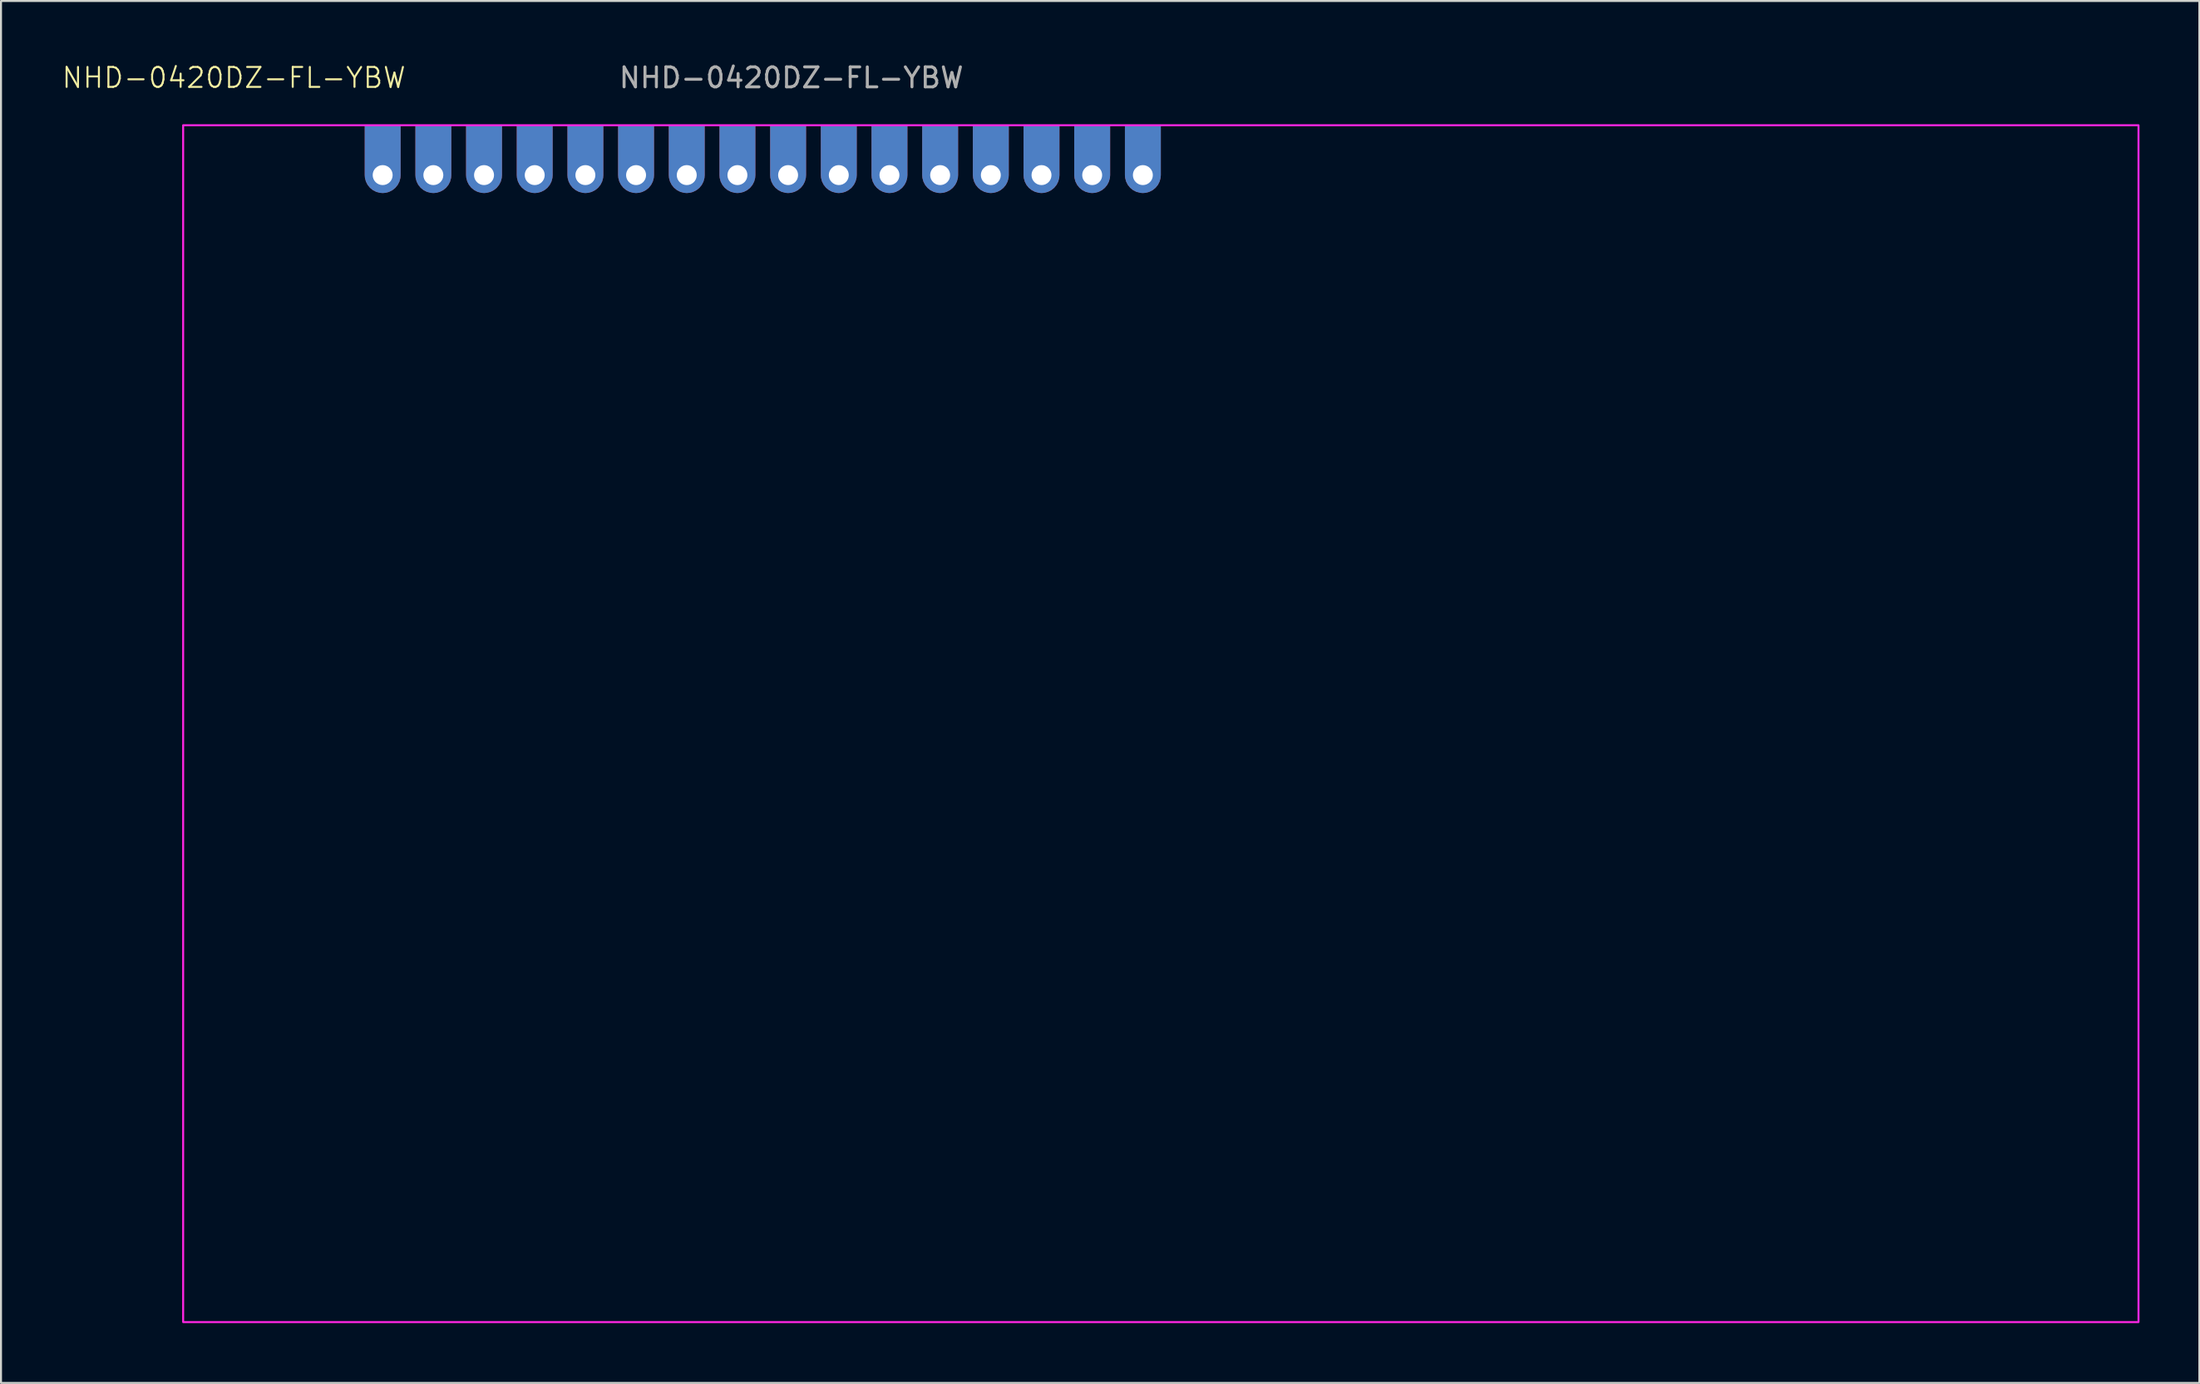
<source format=kicad_pcb>
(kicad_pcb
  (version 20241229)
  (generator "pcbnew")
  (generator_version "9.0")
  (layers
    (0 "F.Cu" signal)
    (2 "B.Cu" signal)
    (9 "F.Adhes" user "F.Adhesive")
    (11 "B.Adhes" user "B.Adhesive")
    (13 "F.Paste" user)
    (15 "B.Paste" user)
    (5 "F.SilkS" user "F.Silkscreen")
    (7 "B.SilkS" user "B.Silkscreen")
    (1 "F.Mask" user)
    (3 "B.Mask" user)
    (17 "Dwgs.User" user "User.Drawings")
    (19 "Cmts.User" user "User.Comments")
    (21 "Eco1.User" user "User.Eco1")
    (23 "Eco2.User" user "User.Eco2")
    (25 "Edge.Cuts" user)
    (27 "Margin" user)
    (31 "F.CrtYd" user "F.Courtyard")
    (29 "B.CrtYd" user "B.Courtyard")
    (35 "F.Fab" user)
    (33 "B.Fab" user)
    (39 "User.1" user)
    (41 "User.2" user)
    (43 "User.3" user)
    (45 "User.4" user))
  (footprint "NHD-0420DZ-FL-YBW"
    (layer "F.Cu")
    (at 6.129 3.228)
    (property "Reference" "NHD-0420DZ-FL-YBW" (at 2.54 -2.38 0) (unlocked yes) (layer "F.SilkS") (effects (font (size 1 1) (thickness 0.1))))
    (attr through_hole)
    (fp_rect (start 0 0) (end 98 60) (stroke (width 0.1) (type solid)) (fill no) (layer "F.CrtYd"))
    (fp_text user "${REFERENCE}" (at 30.48 -2.38 0) (unlocked yes) (layer "F.Fab") (effects (font (size 1 1) (thickness 0.15))))
    (pad "1" thru_hole roundrect (at 10 2.5) (size 1.8 3.4) (drill 1 (offset 0 -0.8)) (layers "*.Cu" "*.Mask") (roundrect_rratio 0.5) (chamfer_ratio 0) (chamfer top_left top_right))
    (pad "2" thru_hole roundrect (at 12.54 2.5) (size 1.8 3.4) (drill 1 (offset 0 -0.8)) (layers "*.Cu" "*.Mask") (roundrect_rratio 0.5) (chamfer_ratio 0) (chamfer top_left top_right))
    (pad "3" thru_hole roundrect (at 15.08 2.5) (size 1.8 3.4) (drill 1 (offset 0 -0.8)) (layers "*.Cu" "*.Mask") (roundrect_rratio 0.5) (chamfer_ratio 0) (chamfer top_left top_right))
    (pad "4" thru_hole roundrect (at 17.62 2.5) (size 1.8 3.4) (drill 1 (offset 0 -0.8)) (layers "*.Cu" "*.Mask") (roundrect_rratio 0.5) (chamfer_ratio 0) (chamfer top_left top_right))
    (pad "5" thru_hole roundrect (at 20.16 2.5) (size 1.8 3.4) (drill 1 (offset 0 -0.8)) (layers "*.Cu" "*.Mask") (roundrect_rratio 0.5) (chamfer_ratio 0) (chamfer top_left top_right))
    (pad "6" thru_hole roundrect (at 22.7 2.5) (size 1.8 3.4) (drill 1 (offset 0 -0.8)) (layers "*.Cu" "*.Mask") (roundrect_rratio 0.5) (chamfer_ratio 0) (chamfer top_left top_right))
    (pad "7" thru_hole roundrect (at 25.24 2.5) (size 1.8 3.4) (drill 1 (offset 0 -0.8)) (layers "*.Cu" "*.Mask") (roundrect_rratio 0.5) (chamfer_ratio 0) (chamfer top_left top_right))
    (pad "8" thru_hole roundrect (at 27.78 2.5) (size 1.8 3.4) (drill 1 (offset 0 -0.8)) (layers "*.Cu" "*.Mask") (roundrect_rratio 0.5) (chamfer_ratio 0) (chamfer top_left top_right))
    (pad "9" thru_hole roundrect (at 30.32 2.5) (size 1.8 3.4) (drill 1 (offset 0 -0.8)) (layers "*.Cu" "*.Mask") (roundrect_rratio 0.5) (chamfer_ratio 0) (chamfer top_left top_right))
    (pad "10" thru_hole roundrect (at 32.86 2.5) (size 1.8 3.4) (drill 1 (offset 0 -0.8)) (layers "*.Cu" "*.Mask") (roundrect_rratio 0.5) (chamfer_ratio 0) (chamfer top_left top_right))
    (pad "11" thru_hole roundrect (at 35.4 2.5) (size 1.8 3.4) (drill 1 (offset 0 -0.8)) (layers "*.Cu" "*.Mask") (roundrect_rratio 0.5) (chamfer_ratio 0) (chamfer top_left top_right))
    (pad "12" thru_hole roundrect (at 37.94 2.5) (size 1.8 3.4) (drill 1 (offset 0 -0.8)) (layers "*.Cu" "*.Mask") (roundrect_rratio 0.5) (chamfer_ratio 0) (chamfer top_left top_right))
    (pad "13" thru_hole roundrect (at 40.48 2.5) (size 1.8 3.4) (drill 1 (offset 0 -0.8)) (layers "*.Cu" "*.Mask") (roundrect_rratio 0.5) (chamfer_ratio 0) (chamfer top_left top_right))
    (pad "14" thru_hole roundrect (at 43.02 2.5) (size 1.8 3.4) (drill 1 (offset 0 -0.8)) (layers "*.Cu" "*.Mask") (roundrect_rratio 0.5) (chamfer_ratio 0) (chamfer top_left top_right))
    (pad "15" thru_hole roundrect (at 45.56 2.5) (size 1.8 3.4) (drill 1 (offset 0 -0.8)) (layers "*.Cu" "*.Mask") (roundrect_rratio 0.5) (chamfer_ratio 0) (chamfer top_left top_right))
    (pad "16" thru_hole roundrect (at 48.1 2.5) (size 1.8 3.4) (drill 1 (offset 0 -0.8)) (layers "*.Cu" "*.Mask") (roundrect_rratio 0.5) (chamfer_ratio 0) (chamfer top_left top_right)))
  (gr_rect
    (start -3 -3)
    (end 107.179 66.278)
    (stroke (width 0.1) (type default))
    (fill no)
    (layer "Edge.Cuts")))
</source>
